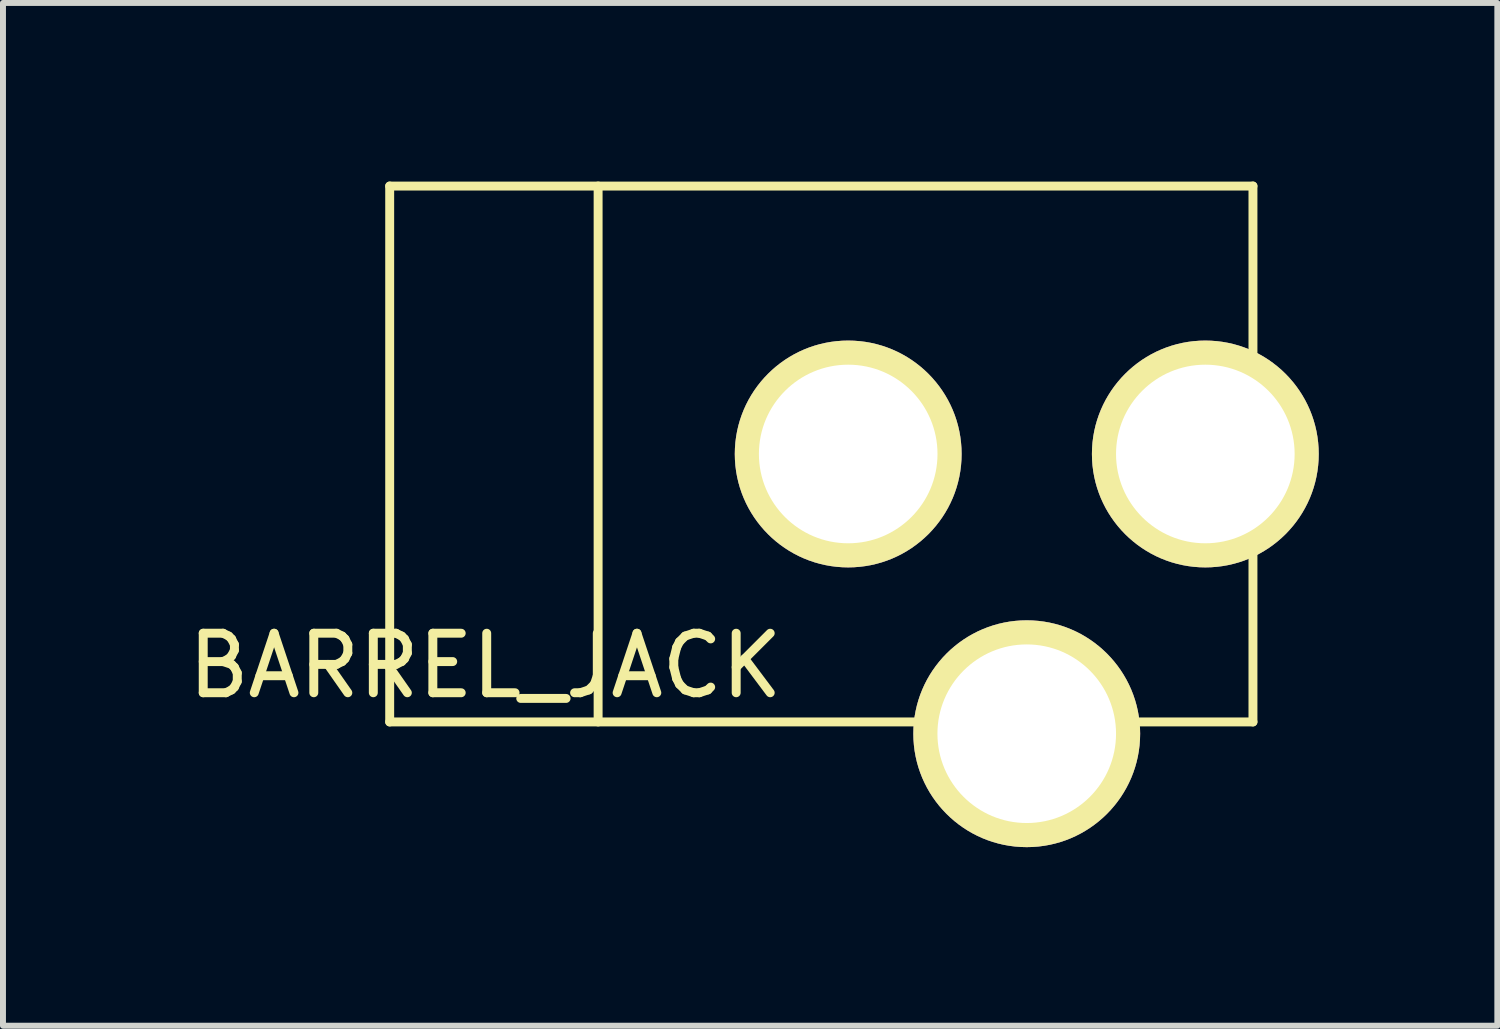
<source format=kicad_pcb>
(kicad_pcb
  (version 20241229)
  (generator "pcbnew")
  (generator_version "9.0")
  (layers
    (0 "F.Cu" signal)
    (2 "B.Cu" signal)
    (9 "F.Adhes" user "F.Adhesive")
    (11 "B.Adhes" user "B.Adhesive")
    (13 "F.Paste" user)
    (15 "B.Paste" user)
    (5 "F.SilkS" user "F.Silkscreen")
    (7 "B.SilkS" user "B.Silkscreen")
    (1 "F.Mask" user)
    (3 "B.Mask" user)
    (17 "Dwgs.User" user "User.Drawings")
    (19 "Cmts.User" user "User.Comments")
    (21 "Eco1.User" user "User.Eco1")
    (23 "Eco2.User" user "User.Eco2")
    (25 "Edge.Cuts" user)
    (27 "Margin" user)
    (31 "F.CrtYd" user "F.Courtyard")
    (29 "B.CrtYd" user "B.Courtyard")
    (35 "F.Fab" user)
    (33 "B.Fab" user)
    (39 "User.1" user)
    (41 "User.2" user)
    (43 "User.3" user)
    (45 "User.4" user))
  (footprint "BARREL_JACK"
    (layer "F.Cu")
    (at 10.997 4.576)
    (property "Reference" "BARREL_JACK" (at -5.895 3.556 180) (layer "F.SilkS") (effects (font (size 1 1) (thickness 0.15))))
    (attr through_hole)
    (fp_line (start -7.501 -4.501) (end -7.501 4.501) (stroke (width 0.15) (type solid)) (layer "F.SilkS"))
    (fp_line (start -7.501 4.501) (end 7 4.501) (stroke (width 0.15) (type solid)) (layer "F.SilkS"))
    (fp_line (start -4 -4.501) (end -4 4.501) (stroke (width 0.15) (type solid)) (layer "F.SilkS"))
    (fp_line (start 7 -4.501) (end -7.501 -4.501) (stroke (width 0.15) (type solid)) (layer "F.SilkS"))
    (fp_line (start 7 4.501) (end 7 -4.501) (stroke (width 0.15) (type solid)) (layer "F.SilkS"))
    (pad "1" thru_hole circle (at 6.2 0) (size 3.81 3.81) (drill 3) (layers "*.Cu" "*.Mask" "F.SilkS"))
    (pad "2" thru_hole circle (at 0.201 0) (size 3.81 3.81) (drill 3) (layers "*.Cu" "*.Mask" "F.SilkS"))
    (pad "3" thru_hole circle (at 3.2 4.699) (size 3.81 3.81) (drill 3) (layers "*.Cu" "*.Mask" "F.SilkS")))
  (gr_rect
    (start -3 -3)
    (end 22.102 14.18)
    (stroke (width 0.1) (type default))
    (fill no)
    (layer "Edge.Cuts")))
</source>
